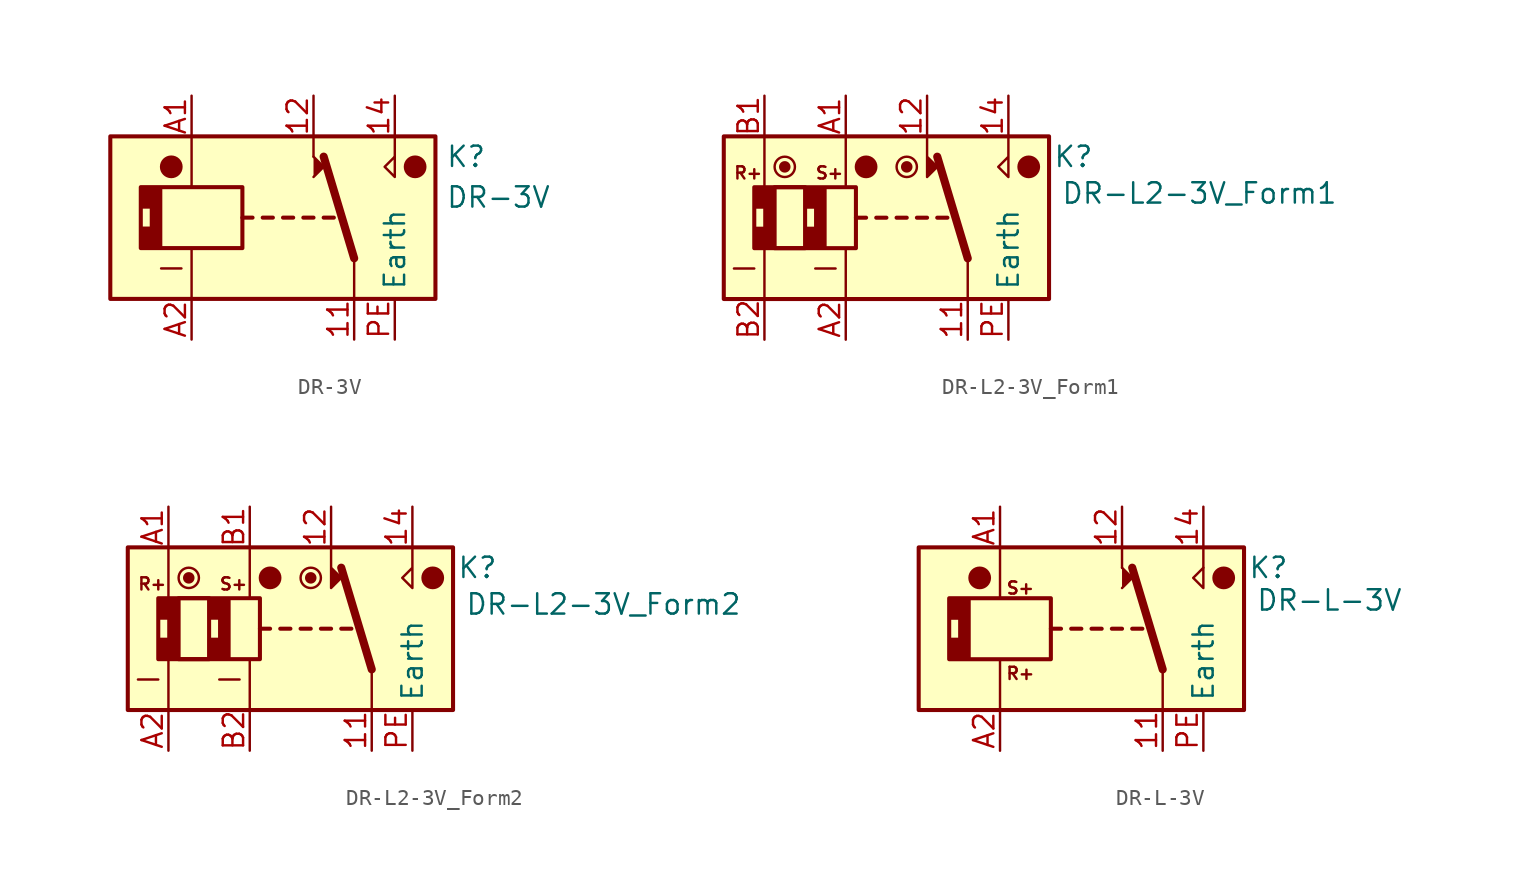
<source format=kicad_sym>
(kicad_symbol_lib
  (version 20241209)
  (generator "kicad_symbol_editor")
  (generator_version "9.0")
  (symbol "DR-3V"
    (property "Reference" "K"
      (at 10.795 3.81 0)
      (effects (font (size 1.27 1.27)) (justify left)))
    (property "Value" "DR-3V"
      (at 10.795 1.27 0)
      (effects (font (size 1.27 1.27)) (justify left)))
    (symbol "DR-3V_0_0"
      (polyline (pts (xy 2.54 3.81) (xy 2.54 5.08)) (stroke (width 0) (type default)) (fill (type none)))
      (polyline (pts (xy 7.62 3.81) (xy 7.62 5.08)) (stroke (width 0) (type default)) (fill (type none)))
      (polyline (pts (xy 7.62 3.81) (xy 7.62 2.54) (xy 6.985 3.175) (xy 7.62 3.81)) (stroke (width 0) (type default)) (fill (type none))))
    (symbol "DR-3V_0_1"
      (rectangle (start -10.16 5.08) (end 10.16 -5.08) (stroke (width 0.254) (type default)) (fill (type background)))
      (rectangle (start -8.255 1.905) (end -1.905 -1.905) (stroke (width 0.254) (type default)) (fill (type none)))
      (circle (center -6.35 3.175) (radius 0.635) (stroke (width 0) (type default)) (fill (type outline)))
      (polyline (pts (xy -5.715 -3.175) (xy -6.985 -3.175)) (stroke (width 0) (type default)) (fill (type none)))
      (polyline (pts (xy -5.08 5.08) (xy -5.08 1.905)) (stroke (width 0) (type default)) (fill (type none)))
      (polyline (pts (xy -5.08 -5.08) (xy -5.08 -1.905)) (stroke (width 0) (type default)) (fill (type none)))
      (polyline (pts (xy -1.905 0) (xy -1.27 0)) (stroke (width 0.254) (type default)) (fill (type none)))
      (polyline (pts (xy -0.635 0) (xy 0 0)) (stroke (width 0.254) (type default)) (fill (type none)))
      (polyline (pts (xy 0.635 0) (xy 1.27 0)) (stroke (width 0.254) (type default)) (fill (type none)))
      (polyline (pts (xy 1.905 0) (xy 2.54 0)) (stroke (width 0.254) (type default)) (fill (type none)))
      (polyline (pts (xy 2.54 2.54) (xy 3.175 3.175) (xy 2.54 3.81)) (stroke (width 0) (type default)) (fill (type outline)))
      (polyline (pts (xy 3.175 0) (xy 3.81 0)) (stroke (width 0.254) (type default)) (fill (type none)))
      (polyline (pts (xy 5.08 -2.54) (xy 3.175 3.81)) (stroke (width 0.508) (type default)) (fill (type none)))
      (polyline (pts (xy 5.08 -2.54) (xy 5.08 -5.08)) (stroke (width 0) (type default)) (fill (type none)))
      (circle (center 8.89 3.175) (radius 0.635) (stroke (width 0) (type default)) (fill (type outline))))
    (symbol "DR-3V_1_1"
      (polyline (pts (xy -8.255 0.635) (xy -7.62 0.635) (xy -7.62 -0.635) (xy -8.255 -0.635) (xy -8.255 -1.905) (xy -6.985 -1.905) (xy -6.985 1.905) (xy -8.255 1.905) (xy -8.255 0.635)) (stroke (width 0) (type default)) (fill (type outline)))
      (pin passive line (at -5.08 7.62 270) (length 2.54) (name "~" (effects (font (size 1.27 1.27)))) (number "A1" (effects (font (size 1.27 1.27)))))
      (pin passive line (at -5.08 -7.62 90) (length 2.54) (name "~" (effects (font (size 1.27 1.27)))) (number "A2" (effects (font (size 1.27 1.27)))))
      (pin passive line (at 2.54 7.62 270) (length 2.54) (name "~" (effects (font (size 1.27 1.27)))) (number "12" (effects (font (size 1.27 1.27)))))
      (pin passive line (at 5.08 -7.62 90) (length 2.54) (name "~" (effects (font (size 1.27 1.27)))) (number "11" (effects (font (size 1.27 1.27)))))
      (pin passive line (at 7.62 7.62 270) (length 2.54) (name "~" (effects (font (size 1.27 1.27)))) (number "14" (effects (font (size 1.27 1.27)))))
      (pin passive line (at 7.62 -7.62 90) (length 2.54) (name "Earth" (effects (font (size 1.27 1.27)))) (number "PE" (effects (font (size 1.27 1.27)))))))
  (symbol "DR-L2-3V_Form1"
    (property "Reference" "K"
      (at 11.684 3.81 0)
      (effects (font (size 1.27 1.27))))
    (property "Value" "DR-L2-3V_Form1"
      (at 19.558 1.524 0)
      (effects (font (size 1.27 1.27))))
    (symbol "DR-L2-3V_Form1_0_0"
      (polyline (pts (xy 2.54 5.08) (xy 2.54 2.54) (xy 3.175 3.175) (xy 2.54 3.81)) (stroke (width 0) (type default)) (fill (type outline)))
      (polyline (pts (xy 7.62 5.08) (xy 7.62 2.54) (xy 6.985 3.175) (xy 7.62 3.81)) (stroke (width 0) (type default)) (fill (type none))))
    (symbol "DR-L2-3V_Form1_0_1"
      (polyline (pts (xy -8.255 -3.175) (xy -9.525 -3.175)) (stroke (width 0) (type default)) (fill (type none)))
      (polyline (pts (xy -7.62 5.08) (xy -7.62 1.905)) (stroke (width 0) (type default)) (fill (type none)))
      (polyline (pts (xy -7.62 -5.08) (xy -7.62 -1.905)) (stroke (width 0) (type default)) (fill (type none)))
      (circle (center -6.35 3.175) (radius 0.284) (stroke (width 0) (type default)) (fill (type outline)))
      (circle (center -6.35 3.175) (radius 0.635) (stroke (width 0) (type default)) (fill (type none)))
      (polyline (pts (xy -3.175 -3.175) (xy -4.445 -3.175)) (stroke (width 0) (type default)) (fill (type none)))
      (polyline (pts (xy -2.54 5.08) (xy -2.54 1.905)) (stroke (width 0) (type default)) (fill (type none)))
      (polyline (pts (xy -2.54 -5.08) (xy -2.54 -1.905)) (stroke (width 0) (type default)) (fill (type none)))
      (polyline (pts (xy -1.905 0) (xy -1.27 0)) (stroke (width 0.254) (type default)) (fill (type none)))
      (circle (center -1.27 3.175) (radius 0.635) (stroke (width 0) (type default)) (fill (type outline)))
      (polyline (pts (xy -0.635 0) (xy 0 0)) (stroke (width 0.254) (type default)) (fill (type none)))
      (polyline (pts (xy 0.635 0) (xy 1.27 0)) (stroke (width 0.254) (type default)) (fill (type none)))
      (circle (center 1.27 3.175) (radius 0.284) (stroke (width 0) (type default)) (fill (type outline)))
      (circle (center 1.27 3.175) (radius 0.635) (stroke (width 0) (type default)) (fill (type none)))
      (polyline (pts (xy 1.905 0) (xy 2.54 0)) (stroke (width 0.254) (type default)) (fill (type none)))
      (polyline (pts (xy 3.175 0) (xy 3.81 0)) (stroke (width 0.254) (type default)) (fill (type none)))
      (polyline (pts (xy 5.08 -2.54) (xy 3.175 3.81)) (stroke (width 0.508) (type default)) (fill (type none)))
      (polyline (pts (xy 5.08 -2.54) (xy 5.08 -5.08)) (stroke (width 0) (type default)) (fill (type none)))
      (circle (center 8.89 3.175) (radius 0.635) (stroke (width 0) (type default)) (fill (type outline))))
    (symbol "DR-L2-3V_Form1_1_0"
      (text "R+" (at -8.636 2.794 0) (effects (font (size 0.762 0.762))))
      (text "S+" (at -3.556 2.794 0) (effects (font (size 0.762 0.762)))))
    (symbol "DR-L2-3V_Form1_1_1"
      (rectangle (start -10.16 5.08) (end 10.16 -5.08) (stroke (width 0.254) (type default)) (fill (type background)))
      (rectangle (start -8.255 1.905) (end -1.905 -1.905) (stroke (width 0.254) (type default)) (fill (type none)))
      (polyline (pts (xy -8.255 0.635) (xy -7.62 0.635) (xy -7.62 -0.635) (xy -8.255 -0.635) (xy -8.255 -1.905) (xy -6.985 -1.905) (xy -6.985 1.905) (xy -8.255 1.905) (xy -8.255 0.635)) (stroke (width 0) (type default)) (fill (type outline)))
      (rectangle (start -6.985 1.905) (end -5.08 -1.905) (stroke (width 0.254) (type default)) (fill (type none)))
      (polyline (pts (xy -5.08 0.635) (xy -4.445 0.635) (xy -4.445 -0.635) (xy -5.08 -0.635) (xy -5.08 -1.905) (xy -3.81 -1.905) (xy -3.81 1.905) (xy -5.08 1.905) (xy -5.08 0.635)) (stroke (width 0) (type default)) (fill (type outline)))
      (pin passive line (at -7.62 7.62 270) (length 2.54) (name "~" (effects (font (size 1.27 1.27)))) (number "B1" (effects (font (size 1.27 1.27)))))
      (pin passive line (at -7.62 -7.62 90) (length 2.54) (name "~" (effects (font (size 1.27 1.27)))) (number "B2" (effects (font (size 1.27 1.27)))))
      (pin passive line (at -2.54 7.62 270) (length 2.54) (name "~" (effects (font (size 1.27 1.27)))) (number "A1" (effects (font (size 1.27 1.27)))))
      (pin passive line (at -2.54 -7.62 90) (length 2.54) (name "~" (effects (font (size 1.27 1.27)))) (number "A2" (effects (font (size 1.27 1.27)))))
      (pin passive line (at 2.54 7.62 270) (length 2.54) (name "~" (effects (font (size 1.27 1.27)))) (number "12" (effects (font (size 1.27 1.27)))))
      (pin passive line (at 5.08 -7.62 90) (length 2.54) (name "~" (effects (font (size 1.27 1.27)))) (number "11" (effects (font (size 1.27 1.27)))))
      (pin passive line (at 7.62 7.62 270) (length 2.54) (name "~" (effects (font (size 1.27 1.27)))) (number "14" (effects (font (size 1.27 1.27)))))
      (pin passive line (at 7.62 -7.62 90) (length 2.54) (name "Earth" (effects (font (size 1.27 1.27)))) (number "PE" (effects (font (size 1.27 1.27)))))))
  (symbol "DR-L2-3V_Form2"
    (property "Reference" "K"
      (at 11.684 3.81 0)
      (effects (font (size 1.27 1.27))))
    (property "Value" "DR-L2-3V_Form2"
      (at 19.558 1.524 0)
      (effects (font (size 1.27 1.27))))
    (symbol "DR-L2-3V_Form2_0_0"
      (polyline (pts (xy 2.54 5.08) (xy 2.54 2.54) (xy 3.175 3.175) (xy 2.54 3.81)) (stroke (width 0) (type default)) (fill (type outline)))
      (polyline (pts (xy 7.62 5.08) (xy 7.62 2.54) (xy 6.985 3.175) (xy 7.62 3.81)) (stroke (width 0) (type default)) (fill (type none))))
    (symbol "DR-L2-3V_Form2_0_1"
      (polyline (pts (xy -8.255 -3.175) (xy -9.525 -3.175)) (stroke (width 0) (type default)) (fill (type none)))
      (polyline (pts (xy -7.62 5.08) (xy -7.62 1.905)) (stroke (width 0) (type default)) (fill (type none)))
      (polyline (pts (xy -7.62 -5.08) (xy -7.62 -1.905)) (stroke (width 0) (type default)) (fill (type none)))
      (circle (center -6.35 3.175) (radius 0.284) (stroke (width 0) (type default)) (fill (type outline)))
      (circle (center -6.35 3.175) (radius 0.635) (stroke (width 0) (type default)) (fill (type none)))
      (polyline (pts (xy -3.175 -3.175) (xy -4.445 -3.175)) (stroke (width 0) (type default)) (fill (type none)))
      (polyline (pts (xy -2.54 5.08) (xy -2.54 1.905)) (stroke (width 0) (type default)) (fill (type none)))
      (polyline (pts (xy -2.54 -5.08) (xy -2.54 -1.905)) (stroke (width 0) (type default)) (fill (type none)))
      (polyline (pts (xy -1.905 0) (xy -1.27 0)) (stroke (width 0.254) (type default)) (fill (type none)))
      (circle (center -1.27 3.175) (radius 0.635) (stroke (width 0) (type default)) (fill (type outline)))
      (polyline (pts (xy -0.635 0) (xy 0 0)) (stroke (width 0.254) (type default)) (fill (type none)))
      (polyline (pts (xy 0.635 0) (xy 1.27 0)) (stroke (width 0.254) (type default)) (fill (type none)))
      (circle (center 1.27 3.175) (radius 0.284) (stroke (width 0) (type default)) (fill (type outline)))
      (circle (center 1.27 3.175) (radius 0.635) (stroke (width 0) (type default)) (fill (type none)))
      (polyline (pts (xy 1.905 0) (xy 2.54 0)) (stroke (width 0.254) (type default)) (fill (type none)))
      (polyline (pts (xy 3.175 0) (xy 3.81 0)) (stroke (width 0.254) (type default)) (fill (type none)))
      (polyline (pts (xy 5.08 -2.54) (xy 3.175 3.81)) (stroke (width 0.508) (type default)) (fill (type none)))
      (polyline (pts (xy 5.08 -2.54) (xy 5.08 -5.08)) (stroke (width 0) (type default)) (fill (type none)))
      (circle (center 8.89 3.175) (radius 0.635) (stroke (width 0) (type default)) (fill (type outline))))
    (symbol "DR-L2-3V_Form2_1_0"
      (text "R+" (at -8.636 2.794 0) (effects (font (size 0.762 0.762))))
      (text "S+" (at -3.556 2.794 0) (effects (font (size 0.762 0.762)))))
    (symbol "DR-L2-3V_Form2_1_1"
      (rectangle (start -10.16 5.08) (end 10.16 -5.08) (stroke (width 0.254) (type default)) (fill (type background)))
      (rectangle (start -8.255 1.905) (end -1.905 -1.905) (stroke (width 0.254) (type default)) (fill (type none)))
      (polyline (pts (xy -8.255 0.635) (xy -7.62 0.635) (xy -7.62 -0.635) (xy -8.255 -0.635) (xy -8.255 -1.905) (xy -6.985 -1.905) (xy -6.985 1.905) (xy -8.255 1.905) (xy -8.255 0.635)) (stroke (width 0) (type default)) (fill (type outline)))
      (rectangle (start -6.985 1.905) (end -5.08 -1.905) (stroke (width 0.254) (type default)) (fill (type none)))
      (polyline (pts (xy -5.08 0.635) (xy -4.445 0.635) (xy -4.445 -0.635) (xy -5.08 -0.635) (xy -5.08 -1.905) (xy -3.81 -1.905) (xy -3.81 1.905) (xy -5.08 1.905) (xy -5.08 0.635)) (stroke (width 0) (type default)) (fill (type outline)))
      (pin passive line (at -7.62 7.62 270) (length 2.54) (name "~" (effects (font (size 1.27 1.27)))) (number "A1" (effects (font (size 1.27 1.27)))))
      (pin passive line (at -7.62 -7.62 90) (length 2.54) (name "~" (effects (font (size 1.27 1.27)))) (number "A2" (effects (font (size 1.27 1.27)))))
      (pin passive line (at -2.54 7.62 270) (length 2.54) (name "~" (effects (font (size 1.27 1.27)))) (number "B1" (effects (font (size 1.27 1.27)))))
      (pin passive line (at -2.54 -7.62 90) (length 2.54) (name "~" (effects (font (size 1.27 1.27)))) (number "B2" (effects (font (size 1.27 1.27)))))
      (pin passive line (at 2.54 7.62 270) (length 2.54) (name "~" (effects (font (size 1.27 1.27)))) (number "12" (effects (font (size 1.27 1.27)))))
      (pin passive line (at 5.08 -7.62 90) (length 2.54) (name "~" (effects (font (size 1.27 1.27)))) (number "11" (effects (font (size 1.27 1.27)))))
      (pin passive line (at 7.62 7.62 270) (length 2.54) (name "~" (effects (font (size 1.27 1.27)))) (number "14" (effects (font (size 1.27 1.27)))))
      (pin passive line (at 7.62 -7.62 90) (length 2.54) (name "Earth" (effects (font (size 1.27 1.27)))) (number "PE" (effects (font (size 1.27 1.27)))))))
  (symbol "DR-L-3V"
    (property "Reference" "K"
      (at 11.684 3.81 0)
      (effects (font (size 1.27 1.27))))
    (property "Value" "DR-L-3V"
      (at 15.494 1.778 0)
      (effects (font (size 1.27 1.27))))
    (symbol "DR-L-3V_0_0"
      (polyline (pts (xy 2.54 3.81) (xy 2.54 5.08)) (stroke (width 0) (type default)) (fill (type none)))
      (polyline (pts (xy 7.62 3.81) (xy 7.62 5.08)) (stroke (width 0) (type default)) (fill (type none)))
      (polyline (pts (xy 7.62 3.81) (xy 7.62 2.54) (xy 6.985 3.175) (xy 7.62 3.81)) (stroke (width 0) (type default)) (fill (type none))))
    (symbol "DR-L-3V_0_1"
      (rectangle (start -10.16 5.08) (end 10.16 -5.08) (stroke (width 0.254) (type default)) (fill (type background)))
      (polyline (pts (xy -10.16 5.08) (xy -10.16 1.905)) (stroke (width 0) (type default)) (fill (type none)))
      (polyline (pts (xy -10.16 -5.08) (xy -10.16 -1.905)) (stroke (width 0) (type default)) (fill (type none)))
      (rectangle (start -8.255 1.905) (end -1.905 -1.905) (stroke (width 0.254) (type default)) (fill (type none)))
      (circle (center -6.35 3.175) (radius 0.635) (stroke (width 0) (type default)) (fill (type outline)))
      (polyline (pts (xy -5.08 5.08) (xy -5.08 1.905)) (stroke (width 0) (type default)) (fill (type none)))
      (polyline (pts (xy -5.08 -5.08) (xy -5.08 -1.905)) (stroke (width 0) (type default)) (fill (type none)))
      (polyline (pts (xy -1.905 0) (xy -1.27 0)) (stroke (width 0.254) (type default)) (fill (type none)))
      (polyline (pts (xy -0.635 0) (xy 0 0)) (stroke (width 0.254) (type default)) (fill (type none)))
      (polyline (pts (xy 0.635 0) (xy 1.27 0)) (stroke (width 0.254) (type default)) (fill (type none)))
      (polyline (pts (xy 1.905 0) (xy 2.54 0)) (stroke (width 0.254) (type default)) (fill (type none)))
      (polyline (pts (xy 2.54 2.54) (xy 3.175 3.175) (xy 2.54 3.81)) (stroke (width 0) (type default)) (fill (type outline)))
      (polyline (pts (xy 3.175 0) (xy 3.81 0)) (stroke (width 0.254) (type default)) (fill (type none)))
      (polyline (pts (xy 5.08 -2.54) (xy 3.175 3.81)) (stroke (width 0.508) (type default)) (fill (type none)))
      (polyline (pts (xy 5.08 -2.54) (xy 5.08 -5.08)) (stroke (width 0) (type default)) (fill (type none)))
      (circle (center 8.89 3.175) (radius 0.635) (stroke (width 0) (type default)) (fill (type outline))))
    (symbol "DR-L-3V_1_0"
      (text "S+" (at -3.81 2.54 0) (effects (font (size 0.762 0.762))))
      (text "R+" (at -3.81 -2.794 0) (effects (font (size 0.762 0.762)))))
    (symbol "DR-L-3V_1_1"
      (polyline (pts (xy -8.255 0.635) (xy -7.62 0.635) (xy -7.62 -0.635) (xy -8.255 -0.635) (xy -8.255 -1.905) (xy -6.985 -1.905) (xy -6.985 1.905) (xy -8.255 1.905) (xy -8.255 0.635)) (stroke (width 0) (type default)) (fill (type outline)))
      (pin passive line (at -5.08 7.62 270) (length 2.54) (name "~" (effects (font (size 1.27 1.27)))) (number "A1" (effects (font (size 1.27 1.27)))))
      (pin passive line (at -5.08 -7.62 90) (length 2.54) (name "~" (effects (font (size 1.27 1.27)))) (number "A2" (effects (font (size 1.27 1.27)))))
      (pin passive line (at 2.54 7.62 270) (length 2.54) (name "~" (effects (font (size 1.27 1.27)))) (number "12" (effects (font (size 1.27 1.27)))))
      (pin passive line (at 5.08 -7.62 90) (length 2.54) (name "~" (effects (font (size 1.27 1.27)))) (number "11" (effects (font (size 1.27 1.27)))))
      (pin passive line (at 7.62 7.62 270) (length 2.54) (name "~" (effects (font (size 1.27 1.27)))) (number "14" (effects (font (size 1.27 1.27)))))
      (pin passive line (at 7.62 -7.62 90) (length 2.54) (name "Earth" (effects (font (size 1.27 1.27)))) (number "PE" (effects (font (size 1.27 1.27))))))))
</source>
